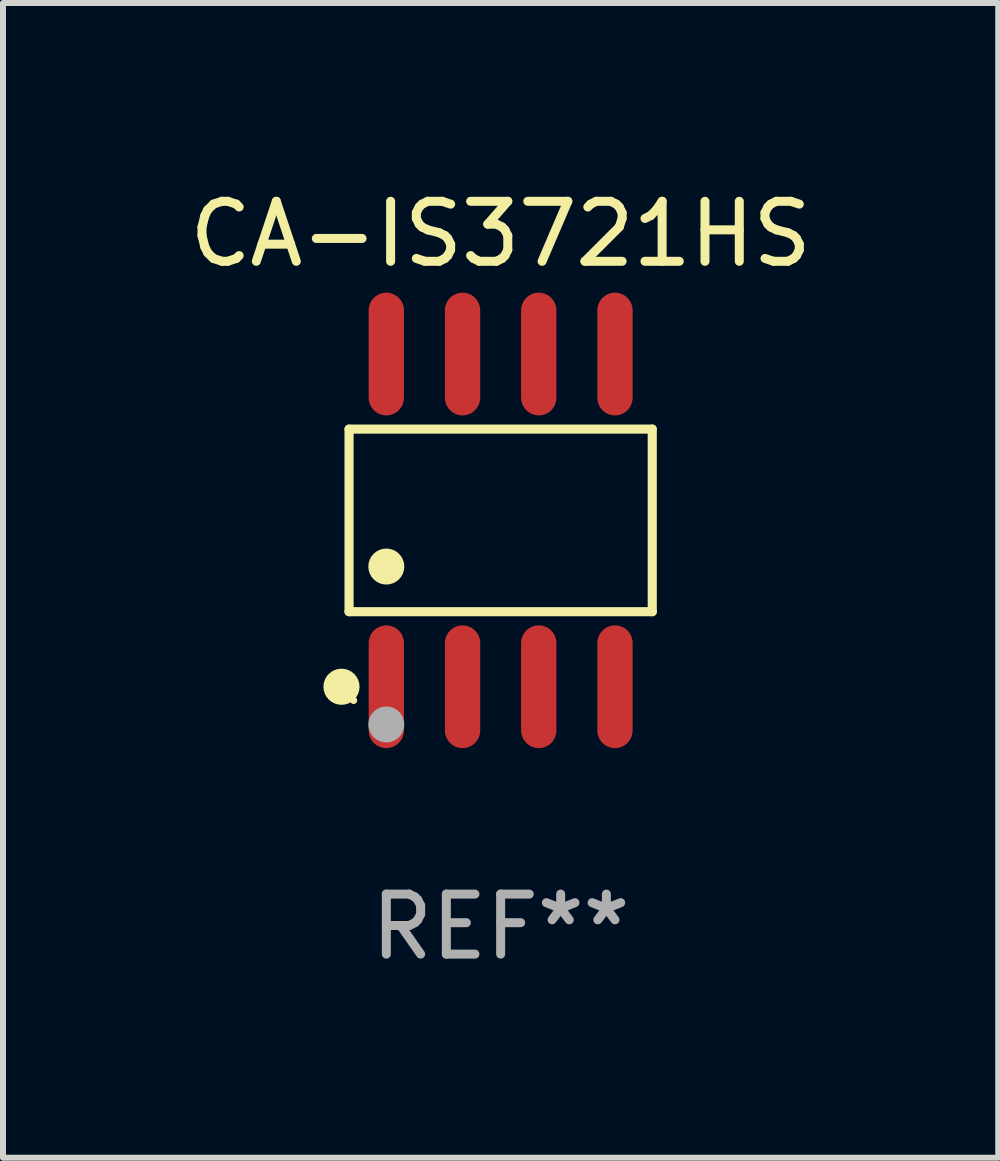
<source format=kicad_pcb>
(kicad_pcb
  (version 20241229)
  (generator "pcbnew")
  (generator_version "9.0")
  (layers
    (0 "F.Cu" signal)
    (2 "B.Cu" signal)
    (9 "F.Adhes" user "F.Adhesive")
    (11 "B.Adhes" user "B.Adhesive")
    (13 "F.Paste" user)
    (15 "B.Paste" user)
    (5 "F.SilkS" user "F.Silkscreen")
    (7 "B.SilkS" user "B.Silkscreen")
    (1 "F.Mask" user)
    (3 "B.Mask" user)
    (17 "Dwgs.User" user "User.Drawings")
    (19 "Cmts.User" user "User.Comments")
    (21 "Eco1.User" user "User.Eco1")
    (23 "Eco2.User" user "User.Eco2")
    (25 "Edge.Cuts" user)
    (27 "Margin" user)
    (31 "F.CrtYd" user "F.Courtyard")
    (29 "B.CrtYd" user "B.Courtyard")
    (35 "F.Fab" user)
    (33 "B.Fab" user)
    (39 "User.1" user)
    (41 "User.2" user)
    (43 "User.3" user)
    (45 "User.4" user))
  (footprint "CA-IS3721HS"
    (layer "F.Cu")
    (at 5.292 5.621)
    (property "Reference" "CA-IS3721HS" (at 0 -4.772 0) (layer "F.SilkS") (effects (font (size 1 1) (thickness 0.15))))
    (attr through_hole)
    (fp_line (start -2.526 -1.521) (end 2.526 -1.521) (stroke (width 0.152) (type solid)) (layer "F.SilkS"))
    (fp_line (start -2.526 1.521) (end -2.526 -1.521) (stroke (width 0.152) (type solid)) (layer "F.SilkS"))
    (fp_line (start 2.526 -1.521) (end 2.526 1.521) (stroke (width 0.152) (type solid)) (layer "F.SilkS"))
    (fp_line (start 2.526 1.521) (end -2.526 1.521) (stroke (width 0.152) (type solid)) (layer "F.SilkS"))
    (fp_circle (center -2.652 2.772) (end -2.501 2.772) (stroke (width 0.3) (type solid)) (fill no) (layer "F.SilkS"))
    (fp_circle (center -2.45 3) (end -2.42 3) (stroke (width 0.06) (type solid)) (fill no) (layer "F.SilkS"))
    (fp_circle (center -1.905 0.769) (end -1.755 0.769) (stroke (width 0.3) (type solid)) (fill no) (layer "F.SilkS"))
    (fp_circle (center -1.905 3.4) (end -1.755 3.4) (stroke (width 0.3) (type solid)) (fill no) (layer "F.Fab"))
    (fp_text user "REF**" (at 0 6.772 0) (layer "F.Fab") (effects (font (size 1 1) (thickness 0.15))))
    (pad "1" smd oval (at -1.905 2.772) (size 0.588 2.045) (layers "F.Cu" "F.Mask" "F.Paste"))
    (pad "2" smd oval (at -0.635 2.772) (size 0.588 2.045) (layers "F.Cu" "F.Mask" "F.Paste"))
    (pad "3" smd oval (at 0.635 2.772) (size 0.588 2.045) (layers "F.Cu" "F.Mask" "F.Paste"))
    (pad "4" smd oval (at 1.905 2.772) (size 0.588 2.045) (layers "F.Cu" "F.Mask" "F.Paste"))
    (pad "5" smd oval (at 1.905 -2.772) (size 0.588 2.045) (layers "F.Cu" "F.Mask" "F.Paste"))
    (pad "6" smd oval (at 0.635 -2.772) (size 0.588 2.045) (layers "F.Cu" "F.Mask" "F.Paste"))
    (pad "7" smd oval (at -0.635 -2.772) (size 0.588 2.045) (layers "F.Cu" "F.Mask" "F.Paste"))
    (pad "8" smd oval (at -1.905 -2.772) (size 0.588 2.045) (layers "F.Cu" "F.Mask" "F.Paste")))
  (gr_rect
    (start -3 -3)
    (end 13.583 16.241)
    (stroke (width 0.1) (type default))
    (fill no)
    (layer "Edge.Cuts")))
</source>
